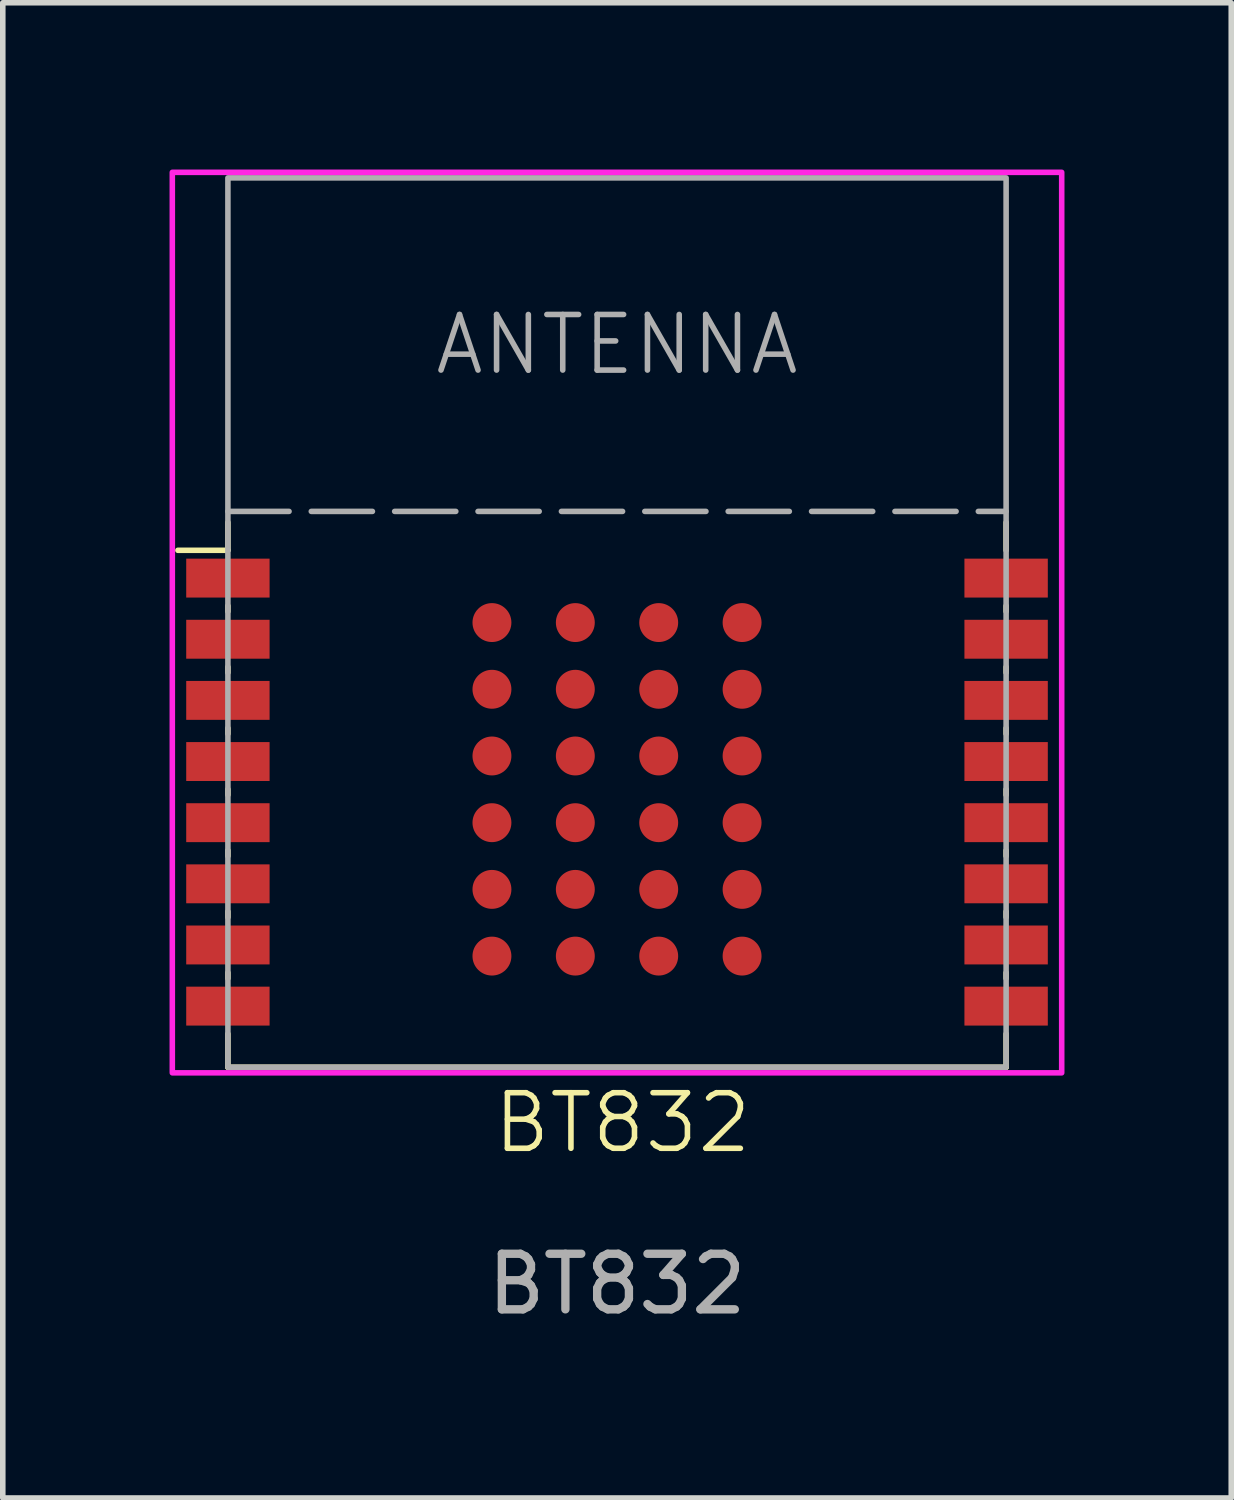
<source format=kicad_pcb>
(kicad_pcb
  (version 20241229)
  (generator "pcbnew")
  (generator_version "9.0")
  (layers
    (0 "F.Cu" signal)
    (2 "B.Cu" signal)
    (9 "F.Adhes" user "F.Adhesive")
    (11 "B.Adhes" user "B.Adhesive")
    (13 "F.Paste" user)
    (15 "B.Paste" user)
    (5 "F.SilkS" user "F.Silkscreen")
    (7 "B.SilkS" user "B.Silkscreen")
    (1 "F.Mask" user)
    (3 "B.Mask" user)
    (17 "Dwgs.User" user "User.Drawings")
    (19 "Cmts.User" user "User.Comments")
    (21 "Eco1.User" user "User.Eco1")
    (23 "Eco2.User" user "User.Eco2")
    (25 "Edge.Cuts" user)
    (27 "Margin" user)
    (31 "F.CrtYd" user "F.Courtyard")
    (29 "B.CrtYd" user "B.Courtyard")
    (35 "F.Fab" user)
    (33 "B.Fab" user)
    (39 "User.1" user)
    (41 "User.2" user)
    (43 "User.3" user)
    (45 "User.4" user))
  (footprint "BT832"
    (layer "F.Cu")
    (at 1.05 7.35)
    (property "Reference" "BT832" (at 7.1 9.8 0) (unlocked yes) (layer "F.SilkS") (effects (font (size 1 1) (thickness 0.1))))
    (attr smd)
    (fp_line (start 0 -0.5) (end -0.9 -0.5) (stroke (width 0.1) (type default)) (layer "F.SilkS"))
    (fp_line (start 0 -0.5) (end 0 -1) (stroke (width 0.1) (type default)) (layer "F.SilkS"))
    (fp_line (start 0 0.5) (end 0 0.6) (stroke (width 0.1) (type default)) (layer "F.SilkS"))
    (fp_line (start 0 1.6) (end 0 1.7) (stroke (width 0.1) (type default)) (layer "F.SilkS"))
    (fp_line (start 0 2.7) (end 0 2.8) (stroke (width 0.1) (type default)) (layer "F.SilkS"))
    (fp_line (start 0 3.8) (end 0 3.9) (stroke (width 0.1) (type default)) (layer "F.SilkS"))
    (fp_line (start 0 4.9) (end 0 5) (stroke (width 0.1) (type default)) (layer "F.SilkS"))
    (fp_line (start 0 6) (end 0 6.1) (stroke (width 0.1) (type default)) (layer "F.SilkS"))
    (fp_line (start 0 7.1) (end 0 7.2) (stroke (width 0.1) (type default)) (layer "F.SilkS"))
    (fp_line (start 0 8.2) (end 0 8.8) (stroke (width 0.1) (type default)) (layer "F.SilkS"))
    (fp_line (start 0 8.8) (end 14 8.8) (stroke (width 0.1) (type default)) (layer "F.SilkS"))
    (fp_line (start 14 -0.5) (end 14 -1) (stroke (width 0.1) (type default)) (layer "F.SilkS"))
    (fp_line (start 14 0.5) (end 14 0.6) (stroke (width 0.1) (type default)) (layer "F.SilkS"))
    (fp_line (start 14 1.6) (end 14 1.7) (stroke (width 0.1) (type default)) (layer "F.SilkS"))
    (fp_line (start 14 2.7) (end 14 2.8) (stroke (width 0.1) (type default)) (layer "F.SilkS"))
    (fp_line (start 14 3.8) (end 14 3.9) (stroke (width 0.1) (type default)) (layer "F.SilkS"))
    (fp_line (start 14 4.9) (end 14 5) (stroke (width 0.1) (type default)) (layer "F.SilkS"))
    (fp_line (start 14 6) (end 14 6.1) (stroke (width 0.1) (type default)) (layer "F.SilkS"))
    (fp_line (start 14 7.1) (end 14 7.2) (stroke (width 0.1) (type default)) (layer "F.SilkS"))
    (fp_line (start 14 8.8) (end 14 8.2) (stroke (width 0.1) (type default)) (layer "F.SilkS"))
    (fp_rect (start -1 -7.3) (end 15 8.9) (stroke (width 0.1) (type default)) (fill no) (layer "F.CrtYd"))
    (fp_line (start 0 -1.2) (end 14 -1.2) (stroke (width 0.1) (type dash)) (layer "F.Fab"))
    (fp_rect (start 0 -7.2) (end 14 8.8) (stroke (width 0.1) (type default)) (fill no) (layer "F.Fab"))
    (fp_text user "${REFERENCE}" (at 7 12.7 0) (unlocked yes) (layer "F.Fab") (effects (font (size 1 1) (thickness 0.15))))
    (fp_text user "ANTENNA" (at 7 -4.2 0) (unlocked yes) (layer "F.Fab") (effects (font (size 1 1) (thickness 0.1))))
    (pad "1" smd rect (at 0 0) (size 1.5 0.7) (layers "F.Cu" "F.Mask" "F.Paste"))
    (pad "2" smd rect (at 0 1.1) (size 1.5 0.7) (layers "F.Cu" "F.Mask" "F.Paste"))
    (pad "3" smd rect (at 0 2.2) (size 1.5 0.7) (layers "F.Cu" "F.Mask" "F.Paste"))
    (pad "4" smd rect (at 0 3.3) (size 1.5 0.7) (layers "F.Cu" "F.Mask" "F.Paste"))
    (pad "5" smd rect (at 0 4.4) (size 1.5 0.7) (layers "F.Cu" "F.Mask" "F.Paste"))
    (pad "6" smd rect (at 0 5.5) (size 1.5 0.7) (layers "F.Cu" "F.Mask" "F.Paste"))
    (pad "7" smd rect (at 0 6.6) (size 1.5 0.7) (layers "F.Cu" "F.Mask" "F.Paste"))
    (pad "8" smd rect (at 0 7.7) (size 1.5 0.7) (layers "F.Cu" "F.Mask" "F.Paste"))
    (pad "9" smd rect (at 14 7.7) (size 1.5 0.7) (layers "F.Cu" "F.Mask" "F.Paste"))
    (pad "10" smd rect (at 14 6.6) (size 1.5 0.7) (layers "F.Cu" "F.Mask" "F.Paste"))
    (pad "11" smd rect (at 14 5.5) (size 1.5 0.7) (layers "F.Cu" "F.Mask" "F.Paste"))
    (pad "12" smd rect (at 14 4.4) (size 1.5 0.7) (layers "F.Cu" "F.Mask" "F.Paste"))
    (pad "13" smd rect (at 14 3.3) (size 1.5 0.7) (layers "F.Cu" "F.Mask" "F.Paste"))
    (pad "14" smd rect (at 14 2.2) (size 1.5 0.7) (layers "F.Cu" "F.Mask" "F.Paste"))
    (pad "15" smd rect (at 14 1.1) (size 1.5 0.7) (layers "F.Cu" "F.Mask" "F.Paste"))
    (pad "16" smd rect (at 14 0) (size 1.5 0.7) (layers "F.Cu" "F.Mask" "F.Paste"))
    (pad "A0" smd circle (at 4.75 0.8) (size 0.7 0.7) (layers "F.Cu" "F.Mask" "F.Paste"))
    (pad "A1" smd circle (at 4.75 2) (size 0.7 0.7) (layers "F.Cu" "F.Mask" "F.Paste"))
    (pad "A2" smd circle (at 4.75 3.2) (size 0.7 0.7) (layers "F.Cu" "F.Mask" "F.Paste"))
    (pad "A3" smd circle (at 4.75 4.4) (size 0.7 0.7) (layers "F.Cu" "F.Mask" "F.Paste"))
    (pad "A4" smd circle (at 4.75 5.6) (size 0.7 0.7) (layers "F.Cu" "F.Mask" "F.Paste"))
    (pad "A5" smd circle (at 4.75 6.8) (size 0.7 0.7) (layers "F.Cu" "F.Mask" "F.Paste"))
    (pad "B0" smd circle (at 6.25 0.8) (size 0.7 0.7) (layers "F.Cu" "F.Mask" "F.Paste"))
    (pad "B1" smd circle (at 6.25 2) (size 0.7 0.7) (layers "F.Cu" "F.Mask" "F.Paste"))
    (pad "B2" smd circle (at 6.25 3.2) (size 0.7 0.7) (layers "F.Cu" "F.Mask" "F.Paste"))
    (pad "B3" smd circle (at 6.25 4.4) (size 0.7 0.7) (layers "F.Cu" "F.Mask" "F.Paste"))
    (pad "B4" smd circle (at 6.25 5.6) (size 0.7 0.7) (layers "F.Cu" "F.Mask" "F.Paste"))
    (pad "B5" smd circle (at 6.25 6.8) (size 0.7 0.7) (layers "F.Cu" "F.Mask" "F.Paste"))
    (pad "C0" smd circle (at 7.75 0.8) (size 0.7 0.7) (layers "F.Cu" "F.Mask" "F.Paste"))
    (pad "C1" smd circle (at 7.75 2) (size 0.7 0.7) (layers "F.Cu" "F.Mask" "F.Paste"))
    (pad "C2" smd circle (at 7.75 3.2) (size 0.7 0.7) (layers "F.Cu" "F.Mask" "F.Paste"))
    (pad "C3" smd circle (at 7.75 4.4) (size 0.7 0.7) (layers "F.Cu" "F.Mask" "F.Paste"))
    (pad "C4" smd circle (at 7.75 5.6) (size 0.7 0.7) (layers "F.Cu" "F.Mask" "F.Paste"))
    (pad "C5" smd circle (at 7.75 6.8) (size 0.7 0.7) (layers "F.Cu" "F.Mask" "F.Paste"))
    (pad "D0" smd circle (at 9.25 0.8) (size 0.7 0.7) (layers "F.Cu" "F.Mask" "F.Paste"))
    (pad "D1" smd circle (at 9.25 2) (size 0.7 0.7) (layers "F.Cu" "F.Mask" "F.Paste"))
    (pad "D2" smd circle (at 9.25 3.2) (size 0.7 0.7) (layers "F.Cu" "F.Mask" "F.Paste"))
    (pad "D3" smd circle (at 9.25 4.4) (size 0.7 0.7) (layers "F.Cu" "F.Mask" "F.Paste"))
    (pad "D4" smd circle (at 9.25 5.6) (size 0.7 0.7) (layers "F.Cu" "F.Mask" "F.Paste"))
    (pad "D5" smd circle (at 9.25 6.8) (size 0.7 0.7) (layers "F.Cu" "F.Mask" "F.Paste"))
    (zone (net_name "") (layers "F.Cu" "B.Cu") (name "Antenna Keepout") (hatch full 0.5) (connect_pads) (min_thickness 0.25) (filled_areas_thickness no) (keepout (tracks not_allowed) (vias not_allowed) (pads not_allowed) (copperpour not_allowed) (footprints not_allowed)) (placement (enabled no)) (fill) (polygon (pts (xy 1.05 0.13) (xy 15.05 0.13) (xy 15.05 6.13) (xy 1.05 6.13)))))
  (gr_rect
    (start -3 -3)
    (end 19.1 23.898)
    (stroke (width 0.1) (type default))
    (fill no)
    (layer "Edge.Cuts")))
</source>
